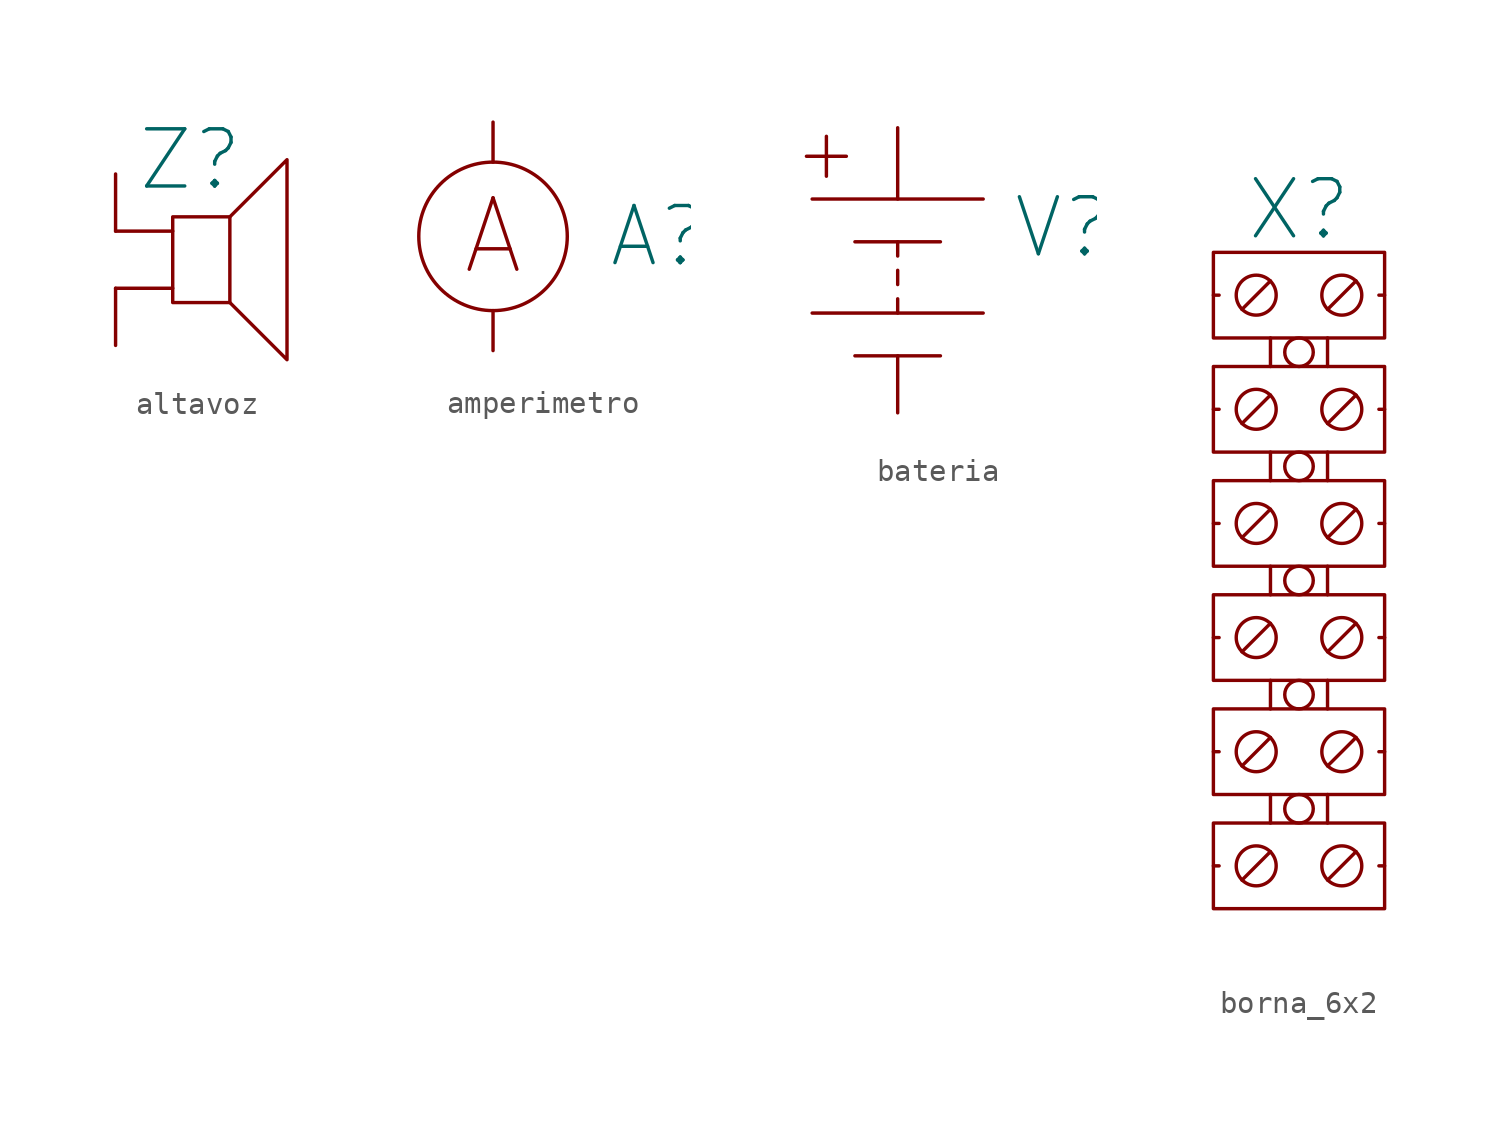
<source format=kicad_sym>
(kicad_symbol_lib
  (version 20220914)
  (generator kicad_symbol_editor)
  (symbol "altavoz"
    (pin_names
      (offset 1.016))
    (property "Reference" "Z"
      (at 5.715 0.635 0)
      (effects (font (size 2.54 2.54)) (justify right)))
    (symbol "altavoz_0_0"
      (polyline (pts (xy 0 -5.08) (xy 2.54 -5.08)) (stroke (width 0) (type default)) (fill (type none)))
      (polyline (pts (xy 0 -2.54) (xy 2.54 -2.54)) (stroke (width 0) (type default)) (fill (type none)))
      (polyline (pts (xy 5.08 -1.905) (xy 7.62 0.635) (xy 7.62 -8.255) (xy 5.08 -5.715)) (stroke (width 0) (type default)) (fill (type none)))
      (rectangle (start 2.54 -1.905) (end 5.08 -5.715) (stroke (width 0) (type default)) (fill (type none))))
    (symbol "altavoz_1_1"
      (pin input line (at 0 -7.62 90) (length 2.54) (name "" (effects (font (size 1.27 1.27)))) (number "" (effects (font (size 1.143 1.143)))))
      (pin input line (at 0 0 270) (length 2.54) (name "" (effects (font (size 1.27 1.27)))) (number "" (effects (font (size 1.143 1.143)))))))
  (symbol "amperimetro"
    (pin_names
      (offset 1.016))
    (property "Reference" "A"
      (at 5.08 -5.08 0)
      (effects (font (size 2.54 2.54)) (justify left)))
    (symbol "amperimetro_0_0"
      (text "A" (at 0 -5.08 0) (effects (font (size 3.175 3.175)))))
    (symbol "amperimetro_0_1"
      (circle (center 0 -5.08) (radius 3.302) (stroke (width 0) (type default)) (fill (type none))))
    (symbol "amperimetro_1_1"
      (pin input line (at 0 -10.16 90) (length 1.778) (name "" (effects (font (size 1.27 1.27)))) (number "" (effects (font (size 1.143 1.143)))))
      (pin input line (at 0 0 270) (length 1.778) (name "" (effects (font (size 1.27 1.27)))) (number "" (effects (font (size 1.143 1.143)))))))
  (symbol "bateria"
    (pin_names
      (offset 1.016))
    (property "Reference" "V"
      (at 5.08 -4.445 0)
      (effects (font (size 2.54 2.54)) (justify left)))
    (symbol "bateria_0_1"
      (polyline (pts (xy -4.064 -1.27) (xy -2.286 -1.27)) (stroke (width 0) (type default)) (fill (type none)))
      (polyline (pts (xy -3.81 -8.255) (xy 3.81 -8.255)) (stroke (width 0) (type default)) (fill (type none)))
      (polyline (pts (xy -3.81 -3.175) (xy 3.81 -3.175)) (stroke (width 0) (type default)) (fill (type none)))
      (polyline (pts (xy -3.175 -0.381) (xy -3.175 -2.159)) (stroke (width 0) (type default)) (fill (type none)))
      (polyline (pts (xy -1.905 -10.16) (xy 1.905 -10.16)) (stroke (width 0) (type default)) (fill (type none)))
      (polyline (pts (xy -1.905 -5.08) (xy 1.905 -5.08)) (stroke (width 0) (type default)) (fill (type none)))
      (polyline (pts (xy 0 -8.255) (xy 0 -7.62)) (stroke (width 0) (type default)) (fill (type none)))
      (polyline (pts (xy 0 -6.985) (xy 0 -6.35)) (stroke (width 0) (type default)) (fill (type none)))
      (polyline (pts (xy 0 -5.715) (xy 0 -5.08)) (stroke (width 0) (type default)) (fill (type none))))
    (symbol "bateria_1_1"
      (pin input line (at 0 -12.7 90) (length 2.54) (name "" (effects (font (size 1.27 1.27)))) (number "" (effects (font (size 1.143 1.143)))))
      (pin input line (at 0 0 270) (length 3.175) (name "" (effects (font (size 1.27 1.27)))) (number "" (effects (font (size 1.143 1.143)))))))
  (symbol "borna_6x2"
    (pin_names
      (offset 1.016))
    (property "Reference" "X"
      (at 3.81 3.81 0)
      (effects (font (size 2.54 2.54))))
    (symbol "borna_6x2_0_1"
      (rectangle (start 0 -23.495) (end 7.62 -27.305) (stroke (width 0) (type default)) (fill (type none)))
      (rectangle (start 0 -18.415) (end 7.62 -22.225) (stroke (width 0) (type default)) (fill (type none)))
      (rectangle (start 0 -13.335) (end 7.62 -17.145) (stroke (width 0) (type default)) (fill (type none)))
      (rectangle (start 0 -8.255) (end 7.62 -12.065) (stroke (width 0) (type default)) (fill (type none)))
      (rectangle (start 0 -3.175) (end 7.62 -6.985) (stroke (width 0) (type default)) (fill (type none)))
      (polyline (pts (xy 1.27 -26.035) (xy 2.54 -24.765)) (stroke (width 0) (type default)) (fill (type none)))
      (polyline (pts (xy 1.27 -20.955) (xy 2.54 -19.685)) (stroke (width 0) (type default)) (fill (type none)))
      (polyline (pts (xy 1.27 -15.875) (xy 2.54 -14.605)) (stroke (width 0) (type default)) (fill (type none)))
      (polyline (pts (xy 1.27 -10.795) (xy 2.54 -9.525)) (stroke (width 0) (type default)) (fill (type none)))
      (polyline (pts (xy 1.27 -5.715) (xy 2.54 -4.445)) (stroke (width 0) (type default)) (fill (type none)))
      (polyline (pts (xy 1.27 -0.635) (xy 2.54 0.635)) (stroke (width 0) (type default)) (fill (type none)))
      (polyline (pts (xy 2.54 -23.495) (xy 2.54 -22.225)) (stroke (width 0) (type default)) (fill (type none)))
      (polyline (pts (xy 2.54 -18.415) (xy 2.54 -17.145)) (stroke (width 0) (type default)) (fill (type none)))
      (polyline (pts (xy 2.54 -13.335) (xy 2.54 -12.065)) (stroke (width 0) (type default)) (fill (type none)))
      (polyline (pts (xy 2.54 -8.255) (xy 2.54 -6.985)) (stroke (width 0) (type default)) (fill (type none)))
      (polyline (pts (xy 2.54 -3.175) (xy 2.54 -1.905)) (stroke (width 0) (type default)) (fill (type none)))
      (polyline (pts (xy 5.08 -26.035) (xy 6.35 -24.765)) (stroke (width 0) (type default)) (fill (type none)))
      (polyline (pts (xy 5.08 -23.495) (xy 5.08 -22.225)) (stroke (width 0) (type default)) (fill (type none)))
      (polyline (pts (xy 5.08 -20.955) (xy 6.35 -19.685)) (stroke (width 0) (type default)) (fill (type none)))
      (polyline (pts (xy 5.08 -18.415) (xy 5.08 -17.145)) (stroke (width 0) (type default)) (fill (type none)))
      (polyline (pts (xy 5.08 -15.875) (xy 6.35 -14.605)) (stroke (width 0) (type default)) (fill (type none)))
      (polyline (pts (xy 5.08 -13.335) (xy 5.08 -12.065)) (stroke (width 0) (type default)) (fill (type none)))
      (polyline (pts (xy 5.08 -10.795) (xy 6.35 -9.525)) (stroke (width 0) (type default)) (fill (type none)))
      (polyline (pts (xy 5.08 -8.255) (xy 5.08 -6.985)) (stroke (width 0) (type default)) (fill (type none)))
      (polyline (pts (xy 5.08 -5.715) (xy 6.35 -4.445)) (stroke (width 0) (type default)) (fill (type none)))
      (polyline (pts (xy 5.08 -3.175) (xy 5.08 -1.905)) (stroke (width 0) (type default)) (fill (type none)))
      (polyline (pts (xy 5.08 -0.635) (xy 6.35 0.635)) (stroke (width 0) (type default)) (fill (type none)))
      (rectangle (start 0 1.905) (end 7.62 -1.905) (stroke (width 0) (type default)) (fill (type none)))
      (circle (center 1.905 -25.4) (radius 0.889) (stroke (width 0) (type default)) (fill (type none)))
      (circle (center 1.905 -20.32) (radius 0.889) (stroke (width 0) (type default)) (fill (type none)))
      (circle (center 1.905 -15.24) (radius 0.889) (stroke (width 0) (type default)) (fill (type none)))
      (circle (center 1.905 -10.16) (radius 0.889) (stroke (width 0) (type default)) (fill (type none)))
      (circle (center 1.905 -5.08) (radius 0.889) (stroke (width 0) (type default)) (fill (type none)))
      (circle (center 1.905 0) (radius 0.889) (stroke (width 0) (type default)) (fill (type none)))
      (circle (center 3.81 -22.86) (radius 0.635) (stroke (width 0) (type default)) (fill (type none)))
      (circle (center 3.81 -17.78) (radius 0.635) (stroke (width 0) (type default)) (fill (type none)))
      (circle (center 3.81 -12.7) (radius 0.635) (stroke (width 0) (type default)) (fill (type none)))
      (circle (center 3.81 -7.62) (radius 0.635) (stroke (width 0) (type default)) (fill (type none)))
      (circle (center 3.81 -2.54) (radius 0.635) (stroke (width 0) (type default)) (fill (type none)))
      (circle (center 5.715 -25.4) (radius 0.889) (stroke (width 0) (type default)) (fill (type none)))
      (circle (center 5.715 -20.32) (radius 0.889) (stroke (width 0) (type default)) (fill (type none)))
      (circle (center 5.715 -15.24) (radius 0.889) (stroke (width 0) (type default)) (fill (type none)))
      (circle (center 5.715 -10.16) (radius 0.889) (stroke (width 0) (type default)) (fill (type none)))
      (circle (center 5.715 -5.08) (radius 0.889) (stroke (width 0) (type default)) (fill (type none)))
      (circle (center 5.715 0) (radius 0.889) (stroke (width 0) (type default)) (fill (type none))))
    (symbol "borna_6x2_1_1"
      (pin input line (at 0 -25.4 0) (length 0.254) (name "" (effects (font (size 1.27 1.27)))) (number "" (effects (font (size 1.143 1.143)))))
      (pin input line (at 0 -20.32 0) (length 0.254) (name "" (effects (font (size 1.27 1.27)))) (number "" (effects (font (size 1.143 1.143)))))
      (pin input line (at 0 -15.24 0) (length 0.254) (name "" (effects (font (size 1.27 1.27)))) (number "" (effects (font (size 1.143 1.143)))))
      (pin input line (at 0 -10.16 0) (length 0.254) (name "" (effects (font (size 1.27 1.27)))) (number "" (effects (font (size 1.143 1.143)))))
      (pin input line (at 0 -5.08 0) (length 0.254) (name "" (effects (font (size 1.27 1.27)))) (number "" (effects (font (size 1.143 1.143)))))
      (pin input line (at 0 0 0) (length 0.254) (name "" (effects (font (size 1.27 1.27)))) (number "" (effects (font (size 1.143 1.143)))))
      (pin input line (at 7.62 -25.4 180) (length 0.254) (name "" (effects (font (size 1.27 1.27)))) (number "" (effects (font (size 1.143 1.143)))))
      (pin input line (at 7.62 -20.32 180) (length 0.254) (name "" (effects (font (size 1.27 1.27)))) (number "" (effects (font (size 1.143 1.143)))))
      (pin input line (at 7.62 -15.24 180) (length 0.254) (name "" (effects (font (size 1.27 1.27)))) (number "" (effects (font (size 1.143 1.143)))))
      (pin input line (at 7.62 -10.16 180) (length 0.254) (name "" (effects (font (size 1.27 1.27)))) (number "" (effects (font (size 1.143 1.143)))))
      (pin input line (at 7.62 -5.08 180) (length 0.254) (name "" (effects (font (size 1.27 1.27)))) (number "" (effects (font (size 1.143 1.143)))))
      (pin input line (at 7.62 0 180) (length 0.254) (name "" (effects (font (size 1.27 1.27)))) (number "" (effects (font (size 1.143 1.143))))))))
</source>
